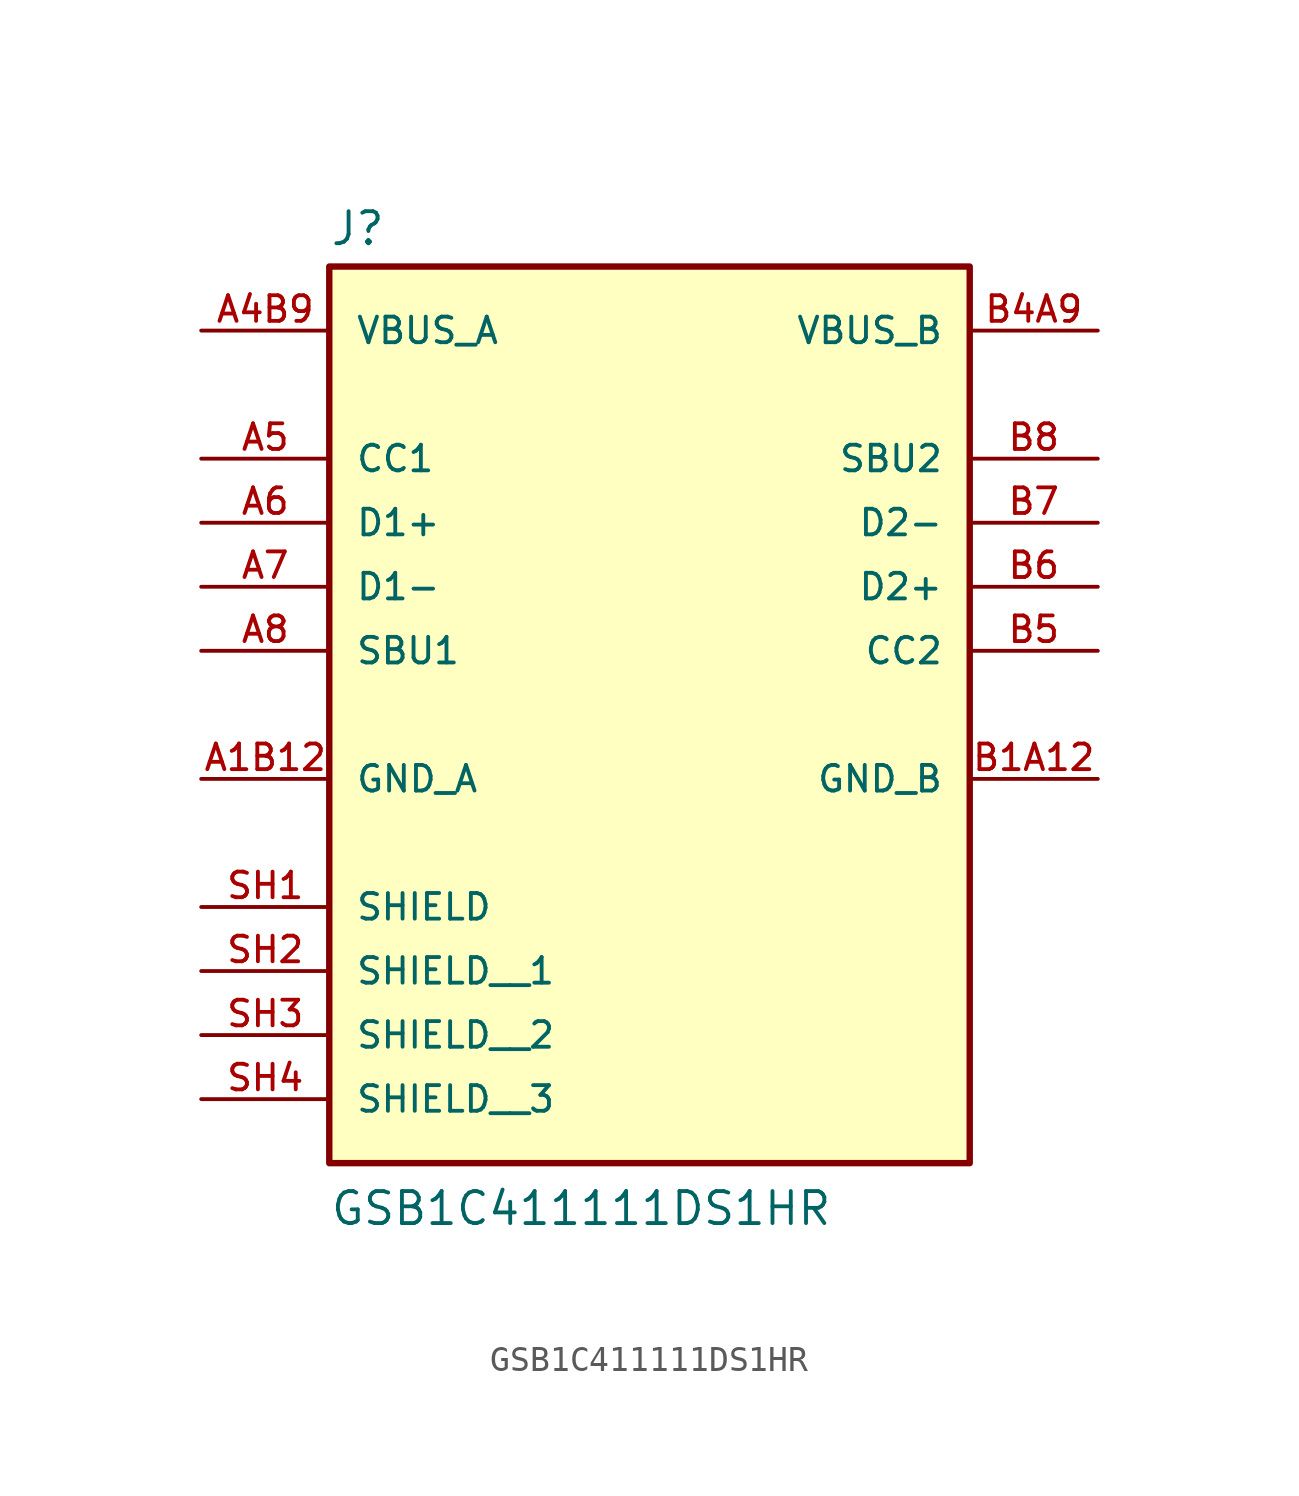
<source format=kicad_sym>
(kicad_symbol_lib
  (version 20220914)
  (generator kicad_symbol_editor)
  (symbol "GSB1C411111DS1HR"
    (pin_names
      (offset 1.016))
    (property "Reference" "J"
      (at -12.7 13.462 0)
      (effects (font (size 1.27 1.27)) (justify left bottom)))
    (property "Value" "GSB1C411111DS1HR"
      (at -12.7 -25.4 0)
      (effects (font (size 1.27 1.27)) (justify left bottom)))
    (symbol "GSB1C411111DS1HR_0_0"
      (rectangle (start -12.7 -22.86) (end 12.7 12.7) (stroke (width 0.254) (type default)) (fill (type background)))
      (pin power_in line (at -17.78 -7.62 0) (length 5.08) (name "GND_A" (effects (font (size 1.016 1.016)))) (number "A1B12" (effects (font (size 1.016 1.016)))))
      (pin power_in line (at -17.78 10.16 0) (length 5.08) (name "VBUS_A" (effects (font (size 1.016 1.016)))) (number "A4B9" (effects (font (size 1.016 1.016)))))
      (pin bidirectional line (at -17.78 5.08 0) (length 5.08) (name "CC1" (effects (font (size 1.016 1.016)))) (number "A5" (effects (font (size 1.016 1.016)))))
      (pin bidirectional line (at -17.78 2.54 0) (length 5.08) (name "D1+" (effects (font (size 1.016 1.016)))) (number "A6" (effects (font (size 1.016 1.016)))))
      (pin bidirectional line (at -17.78 0 0) (length 5.08) (name "D1-" (effects (font (size 1.016 1.016)))) (number "A7" (effects (font (size 1.016 1.016)))))
      (pin bidirectional line (at -17.78 -2.54 0) (length 5.08) (name "SBU1" (effects (font (size 1.016 1.016)))) (number "A8" (effects (font (size 1.016 1.016)))))
      (pin power_in line (at 17.78 -7.62 180) (length 5.08) (name "GND_B" (effects (font (size 1.016 1.016)))) (number "B1A12" (effects (font (size 1.016 1.016)))))
      (pin power_in line (at 17.78 10.16 180) (length 5.08) (name "VBUS_B" (effects (font (size 1.016 1.016)))) (number "B4A9" (effects (font (size 1.016 1.016)))))
      (pin bidirectional line (at 17.78 -2.54 180) (length 5.08) (name "CC2" (effects (font (size 1.016 1.016)))) (number "B5" (effects (font (size 1.016 1.016)))))
      (pin bidirectional line (at 17.78 0 180) (length 5.08) (name "D2+" (effects (font (size 1.016 1.016)))) (number "B6" (effects (font (size 1.016 1.016)))))
      (pin bidirectional line (at 17.78 2.54 180) (length 5.08) (name "D2-" (effects (font (size 1.016 1.016)))) (number "B7" (effects (font (size 1.016 1.016)))))
      (pin bidirectional line (at 17.78 5.08 180) (length 5.08) (name "SBU2" (effects (font (size 1.016 1.016)))) (number "B8" (effects (font (size 1.016 1.016)))))
      (pin passive line (at -17.78 -12.7 0) (length 5.08) (name "SHIELD" (effects (font (size 1.016 1.016)))) (number "SH1" (effects (font (size 1.016 1.016)))))
      (pin passive line (at -17.78 -15.24 0) (length 5.08) (name "SHIELD__1" (effects (font (size 1.016 1.016)))) (number "SH2" (effects (font (size 1.016 1.016)))))
      (pin passive line (at -17.78 -17.78 0) (length 5.08) (name "SHIELD__2" (effects (font (size 1.016 1.016)))) (number "SH3" (effects (font (size 1.016 1.016)))))
      (pin passive line (at -17.78 -20.32 0) (length 5.08) (name "SHIELD__3" (effects (font (size 1.016 1.016)))) (number "SH4" (effects (font (size 1.016 1.016))))))))
</source>
